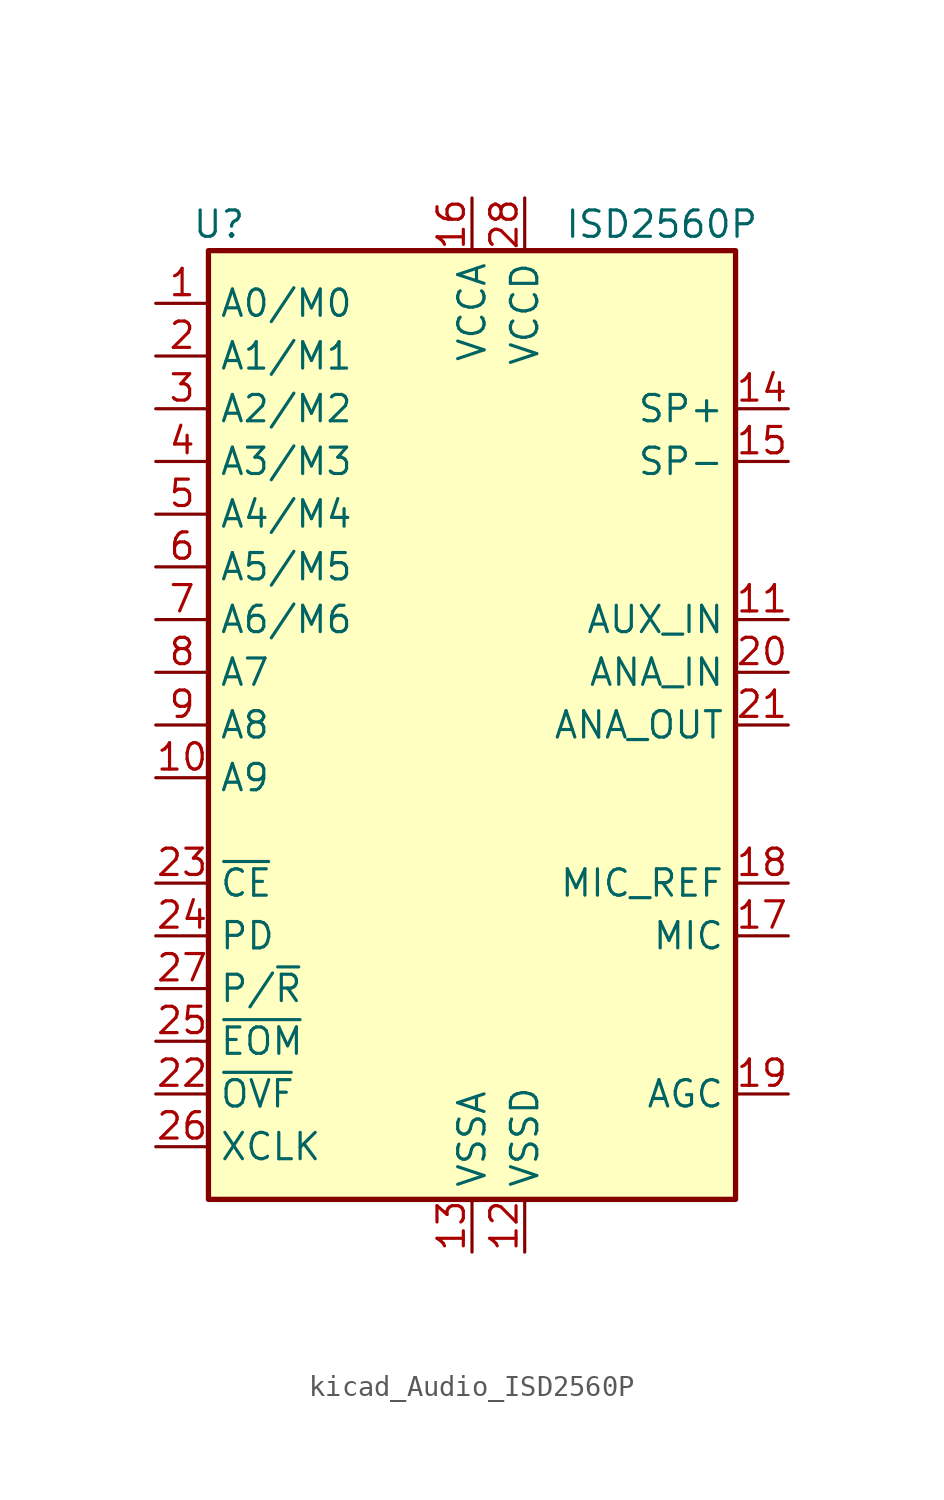
<source format=kicad_sym>
(kicad_symbol_lib
  (version 20220914)
  (generator kicad_symbol_editor)
  (symbol "kicad_Audio_ISD2560P"
    (property "Reference" "U"
      (at -12.192 24.13 0)
      (effects (font (size 1.27 1.27))))
    (property "Value" "ISD2560P"
      (at 9.144 24.13 0)
      (effects (font (size 1.27 1.27))))
    (symbol "kicad_Audio_ISD2560P_0_1"
      (rectangle (start -12.7 22.86) (end 12.7 -22.86) (stroke (width 0.254) (type default)) (fill (type background))))
    (symbol "kicad_Audio_ISD2560P_1_1"
      (pin input line (at -15.24 20.32 0) (length 2.54) (name "A0/M0" (effects (font (size 1.27 1.27)))) (number "1" (effects (font (size 1.27 1.27)))))
      (pin input line (at -15.24 -2.54 0) (length 2.54) (name "A9" (effects (font (size 1.27 1.27)))) (number "10" (effects (font (size 1.27 1.27)))))
      (pin input line (at 15.24 5.08 180) (length 2.54) (name "AUX_IN" (effects (font (size 1.27 1.27)))) (number "11" (effects (font (size 1.27 1.27)))))
      (pin power_in line (at 2.54 -25.4 90) (length 2.54) (name "VSSD" (effects (font (size 1.27 1.27)))) (number "12" (effects (font (size 1.27 1.27)))))
      (pin power_in line (at 0 -25.4 90) (length 2.54) (name "VSSA" (effects (font (size 1.27 1.27)))) (number "13" (effects (font (size 1.27 1.27)))))
      (pin output line (at 15.24 15.24 180) (length 2.54) (name "SP+" (effects (font (size 1.27 1.27)))) (number "14" (effects (font (size 1.27 1.27)))))
      (pin output line (at 15.24 12.7 180) (length 2.54) (name "SP-" (effects (font (size 1.27 1.27)))) (number "15" (effects (font (size 1.27 1.27)))))
      (pin power_in line (at 0 25.4 270) (length 2.54) (name "VCCA" (effects (font (size 1.27 1.27)))) (number "16" (effects (font (size 1.27 1.27)))))
      (pin input line (at 15.24 -10.16 180) (length 2.54) (name "MIC" (effects (font (size 1.27 1.27)))) (number "17" (effects (font (size 1.27 1.27)))))
      (pin passive line (at 15.24 -7.62 180) (length 2.54) (name "MIC_REF" (effects (font (size 1.27 1.27)))) (number "18" (effects (font (size 1.27 1.27)))))
      (pin passive line (at 15.24 -17.78 180) (length 2.54) (name "AGC" (effects (font (size 1.27 1.27)))) (number "19" (effects (font (size 1.27 1.27)))))
      (pin input line (at -15.24 17.78 0) (length 2.54) (name "A1/M1" (effects (font (size 1.27 1.27)))) (number "2" (effects (font (size 1.27 1.27)))))
      (pin input line (at 15.24 2.54 180) (length 2.54) (name "ANA_IN" (effects (font (size 1.27 1.27)))) (number "20" (effects (font (size 1.27 1.27)))))
      (pin output line (at 15.24 0 180) (length 2.54) (name "ANA_OUT" (effects (font (size 1.27 1.27)))) (number "21" (effects (font (size 1.27 1.27)))))
      (pin output line (at -15.24 -17.78 0) (length 2.54) (name "~{OVF}" (effects (font (size 1.27 1.27)))) (number "22" (effects (font (size 1.27 1.27)))))
      (pin input line (at -15.24 -7.62 0) (length 2.54) (name "~{CE}" (effects (font (size 1.27 1.27)))) (number "23" (effects (font (size 1.27 1.27)))))
      (pin input line (at -15.24 -10.16 0) (length 2.54) (name "PD" (effects (font (size 1.27 1.27)))) (number "24" (effects (font (size 1.27 1.27)))))
      (pin output line (at -15.24 -15.24 0) (length 2.54) (name "~{EOM}" (effects (font (size 1.27 1.27)))) (number "25" (effects (font (size 1.27 1.27)))))
      (pin input line (at -15.24 -20.32 0) (length 2.54) (name "XCLK" (effects (font (size 1.27 1.27)))) (number "26" (effects (font (size 1.27 1.27)))))
      (pin input line (at -15.24 -12.7 0) (length 2.54) (name "P/~{R}" (effects (font (size 1.27 1.27)))) (number "27" (effects (font (size 1.27 1.27)))))
      (pin power_in line (at 2.54 25.4 270) (length 2.54) (name "VCCD" (effects (font (size 1.27 1.27)))) (number "28" (effects (font (size 1.27 1.27)))))
      (pin input line (at -15.24 15.24 0) (length 2.54) (name "A2/M2" (effects (font (size 1.27 1.27)))) (number "3" (effects (font (size 1.27 1.27)))))
      (pin input line (at -15.24 12.7 0) (length 2.54) (name "A3/M3" (effects (font (size 1.27 1.27)))) (number "4" (effects (font (size 1.27 1.27)))))
      (pin input line (at -15.24 10.16 0) (length 2.54) (name "A4/M4" (effects (font (size 1.27 1.27)))) (number "5" (effects (font (size 1.27 1.27)))))
      (pin input line (at -15.24 7.62 0) (length 2.54) (name "A5/M5" (effects (font (size 1.27 1.27)))) (number "6" (effects (font (size 1.27 1.27)))))
      (pin input line (at -15.24 5.08 0) (length 2.54) (name "A6/M6" (effects (font (size 1.27 1.27)))) (number "7" (effects (font (size 1.27 1.27)))))
      (pin input line (at -15.24 2.54 0) (length 2.54) (name "A7" (effects (font (size 1.27 1.27)))) (number "8" (effects (font (size 1.27 1.27)))))
      (pin input line (at -15.24 0 0) (length 2.54) (name "A8" (effects (font (size 1.27 1.27)))) (number "9" (effects (font (size 1.27 1.27))))))))
</source>
